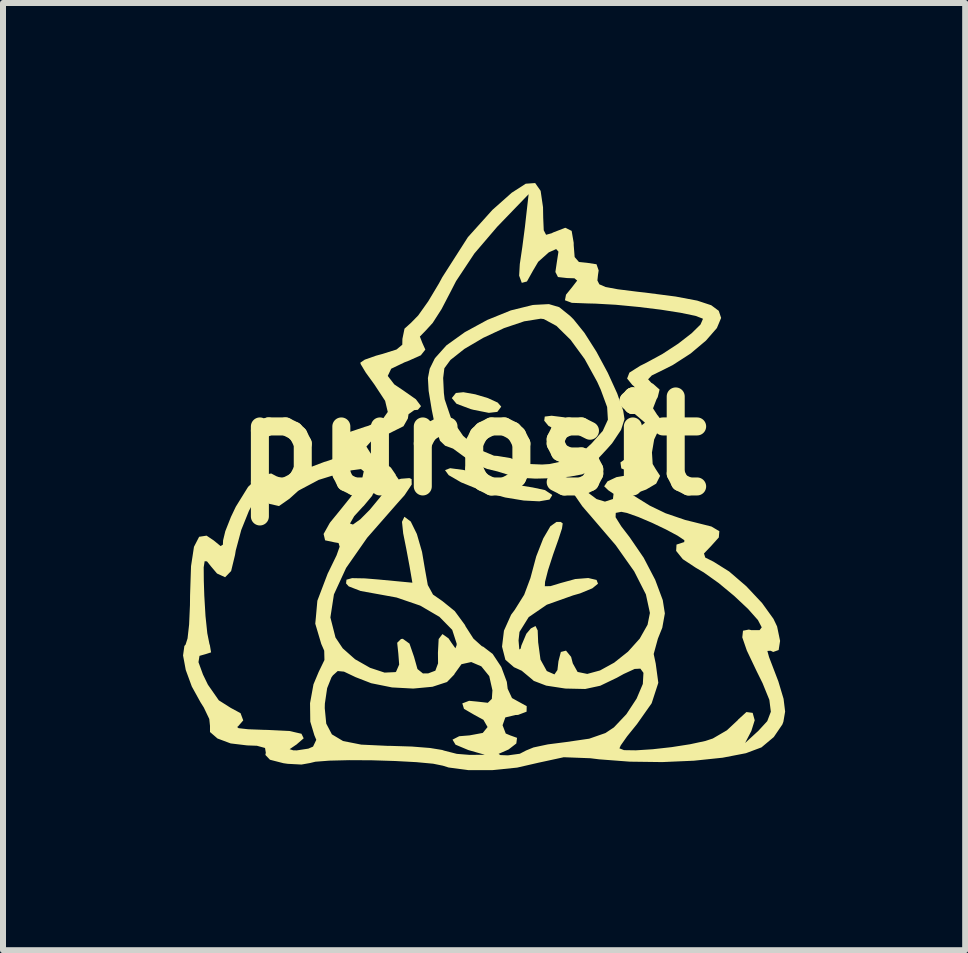
<source format=kicad_pcb>
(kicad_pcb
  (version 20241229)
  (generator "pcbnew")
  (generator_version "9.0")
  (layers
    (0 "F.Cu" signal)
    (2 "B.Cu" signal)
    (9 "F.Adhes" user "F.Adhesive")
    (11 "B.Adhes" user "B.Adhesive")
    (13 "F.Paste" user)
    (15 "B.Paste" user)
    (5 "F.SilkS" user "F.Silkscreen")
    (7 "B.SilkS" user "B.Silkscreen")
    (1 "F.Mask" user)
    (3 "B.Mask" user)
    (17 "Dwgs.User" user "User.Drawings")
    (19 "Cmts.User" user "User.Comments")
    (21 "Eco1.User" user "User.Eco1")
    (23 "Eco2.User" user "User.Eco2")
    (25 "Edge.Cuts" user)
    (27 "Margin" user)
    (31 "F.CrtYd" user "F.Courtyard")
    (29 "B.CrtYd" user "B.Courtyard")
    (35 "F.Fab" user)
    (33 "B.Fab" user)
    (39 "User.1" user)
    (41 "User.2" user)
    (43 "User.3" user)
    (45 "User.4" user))
  (footprint "purosit"
    (layer "F.Cu")
    (at 4.816 4.377)
    (property "Reference" "purosit" (at 0 0 0) (layer "F.SilkS") (effects (font (size 1.5 1.5) (thickness 0.3))))
    (attr board_only exclude_from_pos_files exclude_from_bom)
    (fp_poly (pts (xy 0.052 -0.857) (xy 0.263 -0.794) (xy 0.427 -0.719) (xy 0.485 -0.652) (xy 0.485 -0.65) (xy 0.42 -0.564) (xy 0.279 -0.548) (xy 0.026 -0.598) (xy -0.021 -0.61) (xy -0.259 -0.699) (xy -0.338 -0.794) (xy -0.27 -0.879) (xy -0.145 -0.892)) (stroke (width 0) (type solid)) (fill yes) (layer "F.SilkS"))
    (fp_poly (pts (xy 1.526 -0.475) (xy 1.817 -0.419) (xy 1.973 -0.359) (xy 2.029 -0.278) (xy 2.032 -0.249) (xy 1.959 -0.191) (xy 1.768 -0.184) (xy 1.505 -0.228) (xy 1.446 -0.244) (xy 1.274 -0.33) (xy 1.202 -0.417) (xy 1.211 -0.486) (xy 1.325 -0.5)) (stroke (width 0) (type solid)) (fill yes) (layer "F.SilkS"))
    (fp_poly (pts (xy -0.136 0.405) (xy 0.185 0.496) (xy 0.514 0.592) (xy 0.823 0.665) (xy 1.009 0.695) (xy 1.214 0.739) (xy 1.33 0.816) (xy 1.334 0.826) (xy 1.29 0.897) (xy 1.119 0.926) (xy 0.861 0.913) (xy 0.551 0.862) (xy 0.227 0.773) (xy 0.173 0.755) (xy -0.183 0.61) (xy -0.39 0.49) (xy -0.451 0.407) (xy -0.366 0.374)) (stroke (width 0) (type solid)) (fill yes) (layer "F.SilkS"))
    (fp_poly (pts (xy 1.452 -2.309) (xy 1.631 -2.165) (xy 1.69 -2.107) (xy 1.872 -1.881) (xy 2.071 -1.568) (xy 2.261 -1.215) (xy 2.418 -0.871) (xy 2.518 -0.584) (xy 2.54 -0.443) (xy 2.482 -0.264) (xy 2.333 -0.041) (xy 2.248 0.055) (xy 2.073 0.243) (xy 1.956 0.385) (xy 1.93 0.426) (xy 1.835 0.477) (xy 1.622 0.516) (xy 1.345 0.541) (xy 1.056 0.548) (xy 0.807 0.534) (xy 0.677 0.507) (xy 0.422 0.428) (xy 0.252 0.387) (xy 0.029 0.297) (xy -0.146 0.173) (xy -0.317 0.048) (xy -0.449 0) (xy -0.535 -0.083) (xy -0.618 -0.333) (xy -0.671 -0.593) (xy -0.724 -0.914) (xy -0.736 -1.126) (xy -0.736 -1.128) (xy -0.482 -1.128) (xy -0.47 -0.878) (xy -0.457 -0.774) (xy -0.35 -0.457) (xy -0.15 -0.165) (xy 0.101 0.056) (xy 0.365 0.166) (xy 0.423 0.17) (xy 0.64 0.206) (xy 0.762 0.259) (xy 0.918 0.303) (xy 1.167 0.313) (xy 1.29 0.305) (xy 1.601 0.239) (xy 1.851 0.091) (xy 1.988 -0.035) (xy 2.177 -0.247) (xy 2.263 -0.434) (xy 2.25 -0.645) (xy 2.144 -0.933) (xy 2.085 -1.064) (xy 1.876 -1.444) (xy 1.641 -1.765) (xy 1.405 -1.997) (xy 1.196 -2.11) (xy 1.145 -2.117) (xy 0.868 -2.073) (xy 0.533 -1.96) (xy 0.186 -1.798) (xy -0.127 -1.614) (xy -0.361 -1.429) (xy -0.462 -1.291) (xy -0.482 -1.128) (xy -0.736 -1.128) (xy -0.706 -1.283) (xy -0.629 -1.44) (xy -0.617 -1.461) (xy -0.427 -1.673) (xy -0.12 -1.893) (xy 0.253 -2.096) (xy 0.645 -2.255) (xy 1.006 -2.344) (xy 1.032 -2.347) (xy 1.28 -2.36)) (stroke (width 0) (type solid)) (fill yes) (layer "F.SilkS"))
    (fp_poly (pts (xy 1.142 -4.247) (xy 1.182 -3.974) (xy 1.185 -3.8) (xy 1.194 -3.59) (xy 1.233 -3.515) (xy 1.327 -3.541) (xy 1.349 -3.553) (xy 1.553 -3.632) (xy 1.659 -3.58) (xy 1.693 -3.381) (xy 1.693 -3.344) (xy 1.709 -3.144) (xy 1.78 -3.062) (xy 1.915 -3.048) (xy 2.073 -3.024) (xy 2.109 -2.921) (xy 2.098 -2.847) (xy 2.088 -2.754) (xy 2.12 -2.69) (xy 2.224 -2.645) (xy 2.428 -2.607) (xy 2.764 -2.565) (xy 2.883 -2.552) (xy 3.392 -2.486) (xy 3.752 -2.418) (xy 3.985 -2.341) (xy 4.11 -2.248) (xy 4.149 -2.132) (xy 4.149 -2.128) (xy 4.079 -1.961) (xy 3.897 -1.752) (xy 3.639 -1.535) (xy 3.343 -1.344) (xy 3.192 -1.268) (xy 2.994 -1.171) (xy 2.933 -1.107) (xy 2.987 -1.048) (xy 3.018 -1.03) (xy 3.124 -0.936) (xy 3.093 -0.809) (xy 3.073 -0.774) (xy 3.015 -0.623) (xy 3.087 -0.511) (xy 3.095 -0.504) (xy 3.174 -0.393) (xy 3.113 -0.273) (xy 3.034 -0.105) (xy 2.997 0.112) (xy 3.009 0.304) (xy 3.058 0.387) (xy 3.133 0.502) (xy 3.067 0.632) (xy 2.9 0.73) (xy 2.667 0.815) (xy 2.961 0.998) (xy 3.224 1.125) (xy 3.552 1.237) (xy 3.702 1.274) (xy 3.988 1.346) (xy 4.12 1.424) (xy 4.111 1.528) (xy 3.978 1.676) (xy 3.864 1.795) (xy 3.885 1.863) (xy 4.021 1.931) (xy 4.283 2.095) (xy 4.569 2.341) (xy 4.831 2.62) (xy 5.022 2.885) (xy 5.082 3.011) (xy 5.132 3.252) (xy 5.108 3.404) (xy 5.017 3.436) (xy 4.975 3.416) (xy 4.92 3.419) (xy 4.948 3.521) (xy 5.103 3.926) (xy 5.19 4.217) (xy 5.216 4.429) (xy 5.187 4.598) (xy 5.17 4.644) (xy 5.027 4.854) (xy 4.822 5.026) (xy 4.563 5.123) (xy 4.175 5.198) (xy 3.697 5.248) (xy 3.168 5.271) (xy 2.628 5.264) (xy 2.116 5.225) (xy 1.971 5.207) (xy 1.528 5.19) (xy 1.108 5.281) (xy 0.751 5.363) (xy 0.339 5.405) (xy -0.063 5.405) (xy -0.392 5.361) (xy -0.487 5.331) (xy -0.649 5.298) (xy -0.929 5.272) (xy -1.283 5.253) (xy -1.671 5.241) (xy -2.05 5.239) (xy -2.377 5.247) (xy -2.611 5.265) (xy -2.702 5.287) (xy -2.843 5.312) (xy -3.071 5.3) (xy -3.142 5.29) (xy -3.368 5.232) (xy -3.444 5.152) (xy -3.437 5.114) (xy -3.45 5.036) (xy -3.585 4.999) (xy -3.749 4.993) (xy -4.023 4.96) (xy -4.242 4.878) (xy -4.367 4.77) (xy -4.367 4.668) (xy -4.379 4.553) (xy -4.47 4.362) (xy -4.526 4.273) (xy -4.67 4.012) (xy -4.771 3.736) (xy -4.795 3.606) (xy -4.559 3.606) (xy -4.484 3.812) (xy -4.402 3.981) (xy -4.22 4.242) (xy -4.021 4.368) (xy -3.858 4.456) (xy -3.813 4.576) (xy -3.902 4.679) (xy -3.916 4.685) (xy -3.891 4.706) (xy -3.731 4.724) (xy -3.466 4.734) (xy -3.408 4.735) (xy -3.043 4.753) (xy -2.843 4.799) (xy -2.806 4.875) (xy -2.929 4.981) (xy -2.942 4.989) (xy -3.04 5.056) (xy -2.98 5.075) (xy -2.921 5.076) (xy -2.729 5.047) (xy -2.65 5.013) (xy -2.596 4.9) (xy -2.628 4.824) (xy -2.696 4.597) (xy -2.699 4.372) (xy -2.455 4.372) (xy -2.43 4.63) (xy -2.336 4.809) (xy -2.15 4.92) (xy -1.847 4.98) (xy -1.403 5.001) (xy -1.357 5.001) (xy -1.004 5.012) (xy -0.701 5.036) (xy -0.499 5.069) (xy -0.466 5.08) (xy -0.254 5.134) (xy -0.042 5.151) (xy 0.212 5.149) (xy -0.064 5.07) (xy -0.276 4.981) (xy -0.326 4.897) (xy -0.215 4.84) (xy -0.042 4.826) (xy 0.178 4.785) (xy 0.258 4.687) (xy 0.189 4.567) (xy 0.042 4.487) (xy -0.135 4.384) (xy -0.163 4.293) (xy -0.05 4.25) (xy 0.085 4.263) (xy 0.262 4.283) (xy 0.329 4.218) (xy 0.339 4.075) (xy 0.286 3.839) (xy 0.154 3.676) (xy -0.014 3.604) (xy -0.177 3.64) (xy -0.293 3.801) (xy -0.297 3.812) (xy -0.418 3.937) (xy -0.66 4.016) (xy -0.98 4.046) (xy -1.334 4.027) (xy -1.681 3.957) (xy -1.941 3.856) (xy -2.134 3.764) (xy -2.239 3.754) (xy -2.319 3.826) (xy -2.343 3.859) (xy -2.415 4.039) (xy -2.453 4.297) (xy -2.455 4.372) (xy -2.699 4.372) (xy -2.7 4.289) (xy -2.643 3.976) (xy -2.556 3.768) (xy -2.46 3.57) (xy -2.464 3.415) (xy -2.513 3.302) (xy -2.613 2.965) (xy -2.603 2.861) (xy -2.361 2.861) (xy -2.276 3.195) (xy -2.156 3.375) (xy -1.951 3.557) (xy -1.7 3.7) (xy -1.458 3.78) (xy -1.279 3.772) (xy -1.267 3.766) (xy -1.215 3.646) (xy -1.229 3.463) (xy -1.248 3.283) (xy -1.184 3.22) (xy -1.154 3.217) (xy -1.043 3.297) (xy -0.967 3.518) (xy -0.91 3.721) (xy -0.819 3.794) (xy -0.731 3.793) (xy -0.612 3.748) (xy -0.567 3.626) (xy -0.569 3.45) (xy -0.557 3.221) (xy -0.494 3.138) (xy -0.392 3.21) (xy -0.345 3.281) (xy -0.278 3.375) (xy -0.257 3.321) (xy -0.257 3.297) (xy -0.331 3.068) (xy -0.544 2.851) (xy -0.864 2.664) (xy -1.258 2.529) (xy -1.526 2.48) (xy -1.858 2.42) (xy -2.056 2.343) (xy -2.1 2.294) (xy -2.093 2.232) (xy -2 2.206) (xy -1.789 2.21) (xy -1.567 2.228) (xy -0.995 2.282) (xy -1.042 2.009) (xy -1.097 1.715) (xy -1.148 1.46) (xy -1.168 1.268) (xy -1.129 1.186) (xy -1.125 1.185) (xy -1.022 1.263) (xy -0.92 1.471) (xy -0.834 1.769) (xy -0.786 2.053) (xy -0.738 2.321) (xy -0.651 2.48) (xy -0.494 2.589) (xy -0.493 2.59) (xy -0.289 2.755) (xy -0.12 2.985) (xy -0.109 3.009) (xy 0.022 3.213) (xy 0.163 3.34) (xy 0.186 3.349) (xy 0.343 3.469) (xy 0.487 3.687) (xy 0.579 3.935) (xy 0.593 4.05) (xy 0.665 4.204) (xy 0.762 4.258) (xy 0.91 4.339) (xy 0.908 4.431) (xy 0.766 4.485) (xy 0.72 4.487) (xy 0.554 4.527) (xy 0.508 4.657) (xy 0.561 4.795) (xy 0.635 4.826) (xy 0.749 4.867) (xy 0.737 4.961) (xy 0.608 5.061) (xy 0.572 5.077) (xy 0.442 5.134) (xy 0.47 5.154) (xy 0.597 5.159) (xy 0.795 5.132) (xy 0.899 5.078) (xy 1.023 5.027) (xy 1.263 4.976) (xy 1.56 4.938) (xy 1.952 4.881) (xy 2.222 4.787) (xy 2.363 4.693) (xy 2.571 4.473) (xy 2.741 4.214) (xy 2.845 3.969) (xy 2.855 3.787) (xy 2.854 3.782) (xy 2.804 3.714) (xy 2.709 3.719) (xy 2.526 3.803) (xy 2.412 3.866) (xy 2.135 3.999) (xy 1.885 4.053) (xy 1.568 4.046) (xy 1.549 4.045) (xy 1.235 3.997) (xy 1.028 3.918) (xy 0.982 3.878) (xy 0.827 3.749) (xy 0.698 3.69) (xy 0.555 3.566) (xy 0.499 3.347) (xy 0.531 3.081) (xy 0.65 2.816) (xy 0.709 2.737) (xy 0.868 2.483) (xy 0.972 2.205) (xy 0.973 2.201) (xy 1.069 1.843) (xy 1.186 1.544) (xy 1.305 1.341) (xy 1.406 1.27) (xy 1.478 1.27) (xy 1.51 1.294) (xy 1.498 1.378) (xy 1.44 1.557) (xy 1.35 1.812) (xy 1.265 2.075) (xy 1.216 2.267) (xy 1.212 2.341) (xy 1.307 2.339) (xy 1.475 2.288) (xy 1.719 2.221) (xy 1.935 2.204) (xy 2.074 2.236) (xy 2.098 2.299) (xy 2.003 2.376) (xy 1.8 2.46) (xy 1.684 2.493) (xy 1.245 2.649) (xy 0.943 2.856) (xy 0.79 3.102) (xy 0.774 3.244) (xy 0.787 3.395) (xy 0.809 3.381) (xy 0.821 3.329) (xy 0.904 3.133) (xy 0.979 3.044) (xy 1.057 3.004) (xy 1.093 3.077) (xy 1.101 3.275) (xy 1.14 3.564) (xy 1.245 3.754) (xy 1.372 3.81) (xy 1.422 3.737) (xy 1.439 3.591) (xy 1.479 3.436) (xy 1.565 3.414) (xy 1.65 3.518) (xy 1.678 3.626) (xy 1.758 3.769) (xy 1.919 3.802) (xy 2.132 3.744) (xy 2.368 3.614) (xy 2.598 3.431) (xy 2.793 3.214) (xy 2.924 2.982) (xy 2.963 2.786) (xy 2.896 2.477) (xy 2.701 2.093) (xy 2.393 1.657) (xy 2.101 1.316) (xy 1.994 1.191) (xy 2.391 1.191) (xy 2.486 1.343) (xy 2.625 1.524) (xy 2.859 1.866) (xy 3.051 2.234) (xy 3.177 2.572) (xy 3.212 2.794) (xy 3.169 3.033) (xy 3.096 3.214) (xy 3.026 3.47) (xy 3.06 3.631) (xy 3.103 3.95) (xy 2.992 4.291) (xy 2.747 4.639) (xy 2.583 4.842) (xy 2.477 4.993) (xy 2.455 5.042) (xy 2.531 5.072) (xy 2.73 5.075) (xy 3.009 5.057) (xy 3.324 5.022) (xy 3.631 4.974) (xy 3.887 4.919) (xy 4.011 4.878) (xy 4.246 4.741) (xy 4.427 4.572) (xy 4.433 4.563) (xy 4.571 4.437) (xy 4.675 4.451) (xy 4.709 4.574) (xy 4.653 4.753) (xy 4.549 4.953) (xy 4.772 4.748) (xy 4.918 4.589) (xy 4.978 4.432) (xy 4.953 4.234) (xy 4.84 3.956) (xy 4.742 3.758) (xy 4.578 3.413) (xy 4.502 3.193) (xy 4.514 3.082) (xy 4.611 3.063) (xy 4.657 3.073) (xy 4.791 3.072) (xy 4.826 3.026) (xy 4.763 2.905) (xy 4.598 2.719) (xy 4.368 2.503) (xy 4.11 2.289) (xy 3.86 2.111) (xy 3.726 2.032) (xy 3.511 1.89) (xy 3.4 1.752) (xy 3.406 1.647) (xy 3.535 1.605) (xy 3.537 1.574) (xy 3.423 1.498) (xy 3.23 1.395) (xy 3 1.285) (xy 2.77 1.187) (xy 2.581 1.12) (xy 2.486 1.101) (xy 2.394 1.119) (xy 2.391 1.191) (xy 1.994 1.191) (xy 1.837 1.009) (xy 1.688 0.793) (xy 1.661 0.677) (xy 1.666 0.67) (xy 1.782 0.66) (xy 1.903 0.76) (xy 2.075 0.889) (xy 2.214 0.931) (xy 2.347 0.888) (xy 2.357 0.801) (xy 2.271 0.743) (xy 2.201 0.676) (xy 2.257 0.593) (xy 2.406 0.523) (xy 2.566 0.496) (xy 2.72 0.484) (xy 2.712 0.463) (xy 2.646 0.448) (xy 2.486 0.377) (xy 2.472 0.278) (xy 2.584 0.199) (xy 2.667 0.134) (xy 2.61 0.024) (xy 2.559 -0.087) (xy 2.638 -0.197) (xy 2.694 -0.242) (xy 2.881 -0.384) (xy 2.696 -0.542) (xy 2.574 -0.662) (xy 2.578 -0.741) (xy 2.653 -0.805) (xy 2.749 -0.9) (xy 2.701 -0.987) (xy 2.669 -1.014) (xy 2.583 -1.12) (xy 2.621 -1.218) (xy 2.799 -1.331) (xy 2.899 -1.381) (xy 3.17 -1.528) (xy 3.435 -1.701) (xy 3.658 -1.874) (xy 3.806 -2.02) (xy 3.846 -2.112) (xy 3.841 -2.119) (xy 3.722 -2.164) (xy 3.477 -2.215) (xy 3.146 -2.267) (xy 2.77 -2.313) (xy 2.393 -2.349) (xy 2.054 -2.368) (xy 1.928 -2.371) (xy 1.662 -2.381) (xy 1.547 -2.424) (xy 1.565 -2.517) (xy 1.664 -2.639) (xy 1.751 -2.752) (xy 1.705 -2.79) (xy 1.582 -2.794) (xy 1.431 -2.811) (xy 1.388 -2.895) (xy 1.412 -3.058) (xy 1.439 -3.234) (xy 1.401 -3.277) (xy 1.278 -3.222) (xy 1.102 -3.065) (xy 1.014 -2.916) (xy 0.914 -2.737) (xy 0.828 -2.714) (xy 0.784 -2.834) (xy 0.795 -3.027) (xy 0.837 -3.312) (xy 0.881 -3.65) (xy 0.894 -3.768) (xy 0.942 -4.191) (xy 0.418 -3.648) (xy 0.038 -3.203) (xy -0.267 -2.743) (xy -0.36 -2.562) (xy -0.509 -2.276) (xy -0.656 -2.047) (xy -0.768 -1.924) (xy -0.768 -1.924) (xy -0.87 -1.819) (xy -0.83 -1.716) (xy -0.779 -1.602) (xy -0.854 -1.507) (xy -1.073 -1.409) (xy -1.123 -1.391) (xy -1.348 -1.283) (xy -1.405 -1.163) (xy -1.296 -1.022) (xy -1.15 -0.924) (xy -0.936 -0.774) (xy -0.851 -0.66) (xy -0.903 -0.599) (xy -0.964 -0.593) (xy -1.059 -0.525) (xy -1.07 -0.454) (xy -1.143 -0.325) (xy -1.385 -0.204) (xy -1.418 -0.193) (xy -1.671 -0.087) (xy -1.761 0.014) (xy -1.691 0.126) (xy -1.525 0.237) (xy -1.353 0.364) (xy -1.272 0.482) (xy -1.271 0.492) (xy -1.223 0.562) (xy -1.185 0.55) (xy -1.044 0.539) (xy -1.008 0.555) (xy -1.006 0.646) (xy -1.125 0.824) (xy -1.248 0.962) (xy -1.748 1.533) (xy -2.099 2.036) (xy -2.302 2.477) (xy -2.361 2.861) (xy -2.603 2.861) (xy -2.578 2.582) (xy -2.406 2.13) (xy -2.384 2.086) (xy -2.258 1.826) (xy -2.207 1.682) (xy -2.225 1.621) (xy -2.294 1.609) (xy -2.449 1.576) (xy -2.474 1.47) (xy -2.378 1.298) (xy -2.032 1.298) (xy -1.985 1.313) (xy -1.864 1.227) (xy -1.705 1.067) (xy -1.538 0.865) (xy -1.509 0.826) (xy -1.408 0.668) (xy -1.411 0.603) (xy -1.476 0.593) (xy -1.592 0.651) (xy -1.609 0.705) (xy -1.666 0.835) (xy -1.805 1.002) (xy -1.82 1.016) (xy -1.964 1.173) (xy -2.031 1.29) (xy -2.032 1.298) (xy -2.378 1.298) (xy -2.367 1.28) (xy -2.212 1.09) (xy -2.022 0.854) (xy -1.879 0.641) (xy -1.829 0.537) (xy -1.805 0.426) (xy -1.853 0.388) (xy -2.011 0.41) (xy -2.122 0.434) (xy -2.556 0.569) (xy -2.893 0.748) (xy -3.043 0.883) (xy -3.217 1.005) (xy -3.38 0.968) (xy -3.458 0.874) (xy -3.518 0.81) (xy -3.588 0.859) (xy -3.694 1.04) (xy -3.718 1.085) (xy -3.846 1.403) (xy -3.938 1.746) (xy -3.95 1.82) (xy -4.015 2.088) (xy -4.115 2.191) (xy -4.25 2.129) (xy -4.35 2.011) (xy -4.417 1.927) (xy -4.456 1.924) (xy -4.472 2.025) (xy -4.47 2.254) (xy -4.462 2.498) (xy -4.442 2.837) (xy -4.412 3.124) (xy -4.376 3.304) (xy -4.369 3.323) (xy -4.349 3.443) (xy -4.436 3.471) (xy -4.542 3.501) (xy -4.559 3.606) (xy -4.795 3.606) (xy -4.816 3.494) (xy -4.794 3.336) (xy -4.774 3.314) (xy -4.741 3.21) (xy -4.715 2.979) (xy -4.701 2.66) (xy -4.699 2.489) (xy -4.683 2.006) (xy -4.634 1.684) (xy -4.548 1.517) (xy -4.424 1.498) (xy -4.306 1.577) (xy -4.19 1.672) (xy -4.152 1.648) (xy -4.149 1.577) (xy -4.112 1.424) (xy -4.018 1.186) (xy -3.937 1.016) (xy -3.732 0.685) (xy -3.532 0.497) (xy -3.347 0.462) (xy -3.26 0.508) (xy -3.127 0.556) (xy -2.95 0.48) (xy -2.948 0.479) (xy -2.739 0.374) (xy -2.466 0.271) (xy -2.395 0.249) (xy -2.178 0.174) (xy -2.095 0.102) (xy -2.115 0.004) (xy -2.121 -0.007) (xy -2.164 -0.105) (xy -2.144 -0.172) (xy -2.029 -0.233) (xy -1.789 -0.314) (xy -1.729 -0.332) (xy -1.497 -0.433) (xy -1.405 -0.563) (xy -1.449 -0.748) (xy -1.625 -1.016) (xy -1.634 -1.029) (xy -1.773 -1.221) (xy -1.854 -1.356) (xy -1.863 -1.383) (xy -1.789 -1.434) (xy -1.602 -1.5) (xy -1.492 -1.53) (xy -1.26 -1.603) (xy -1.163 -1.683) (xy -1.161 -1.78) (xy -1.126 -1.951) (xy -1.019 -2.047) (xy -0.897 -2.172) (xy -0.731 -2.406) (xy -0.552 -2.705) (xy -0.497 -2.807) (xy -0.07 -3.475) (xy 0.338 -3.929) (xy 0.661 -4.216) (xy 0.894 -4.366) (xy 1.051 -4.377)) (stroke (width 0) (type solid)) (fill yes) (layer "F.SilkS")))
  (gr_rect
    (start -3 -3)
    (end 13.032 12.782)
    (stroke (width 0.1) (type default))
    (fill no)
    (layer "Edge.Cuts")))
</source>
